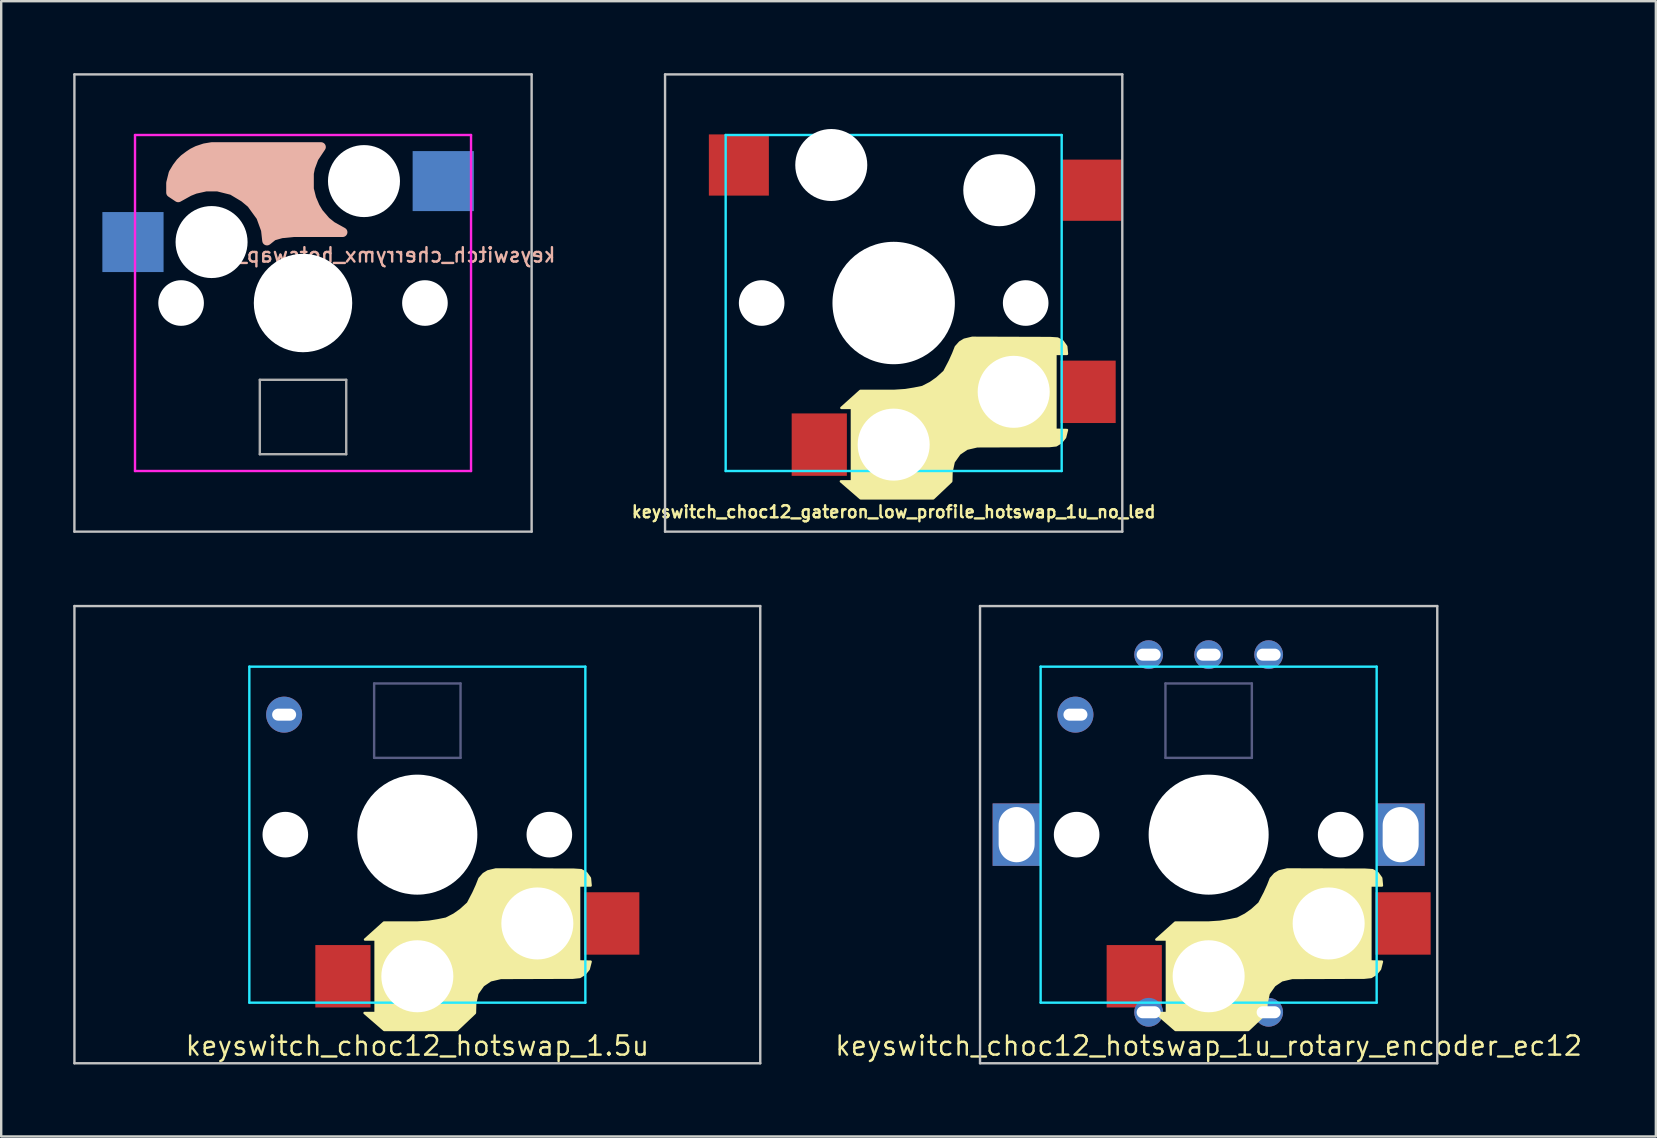
<source format=kicad_pcb>
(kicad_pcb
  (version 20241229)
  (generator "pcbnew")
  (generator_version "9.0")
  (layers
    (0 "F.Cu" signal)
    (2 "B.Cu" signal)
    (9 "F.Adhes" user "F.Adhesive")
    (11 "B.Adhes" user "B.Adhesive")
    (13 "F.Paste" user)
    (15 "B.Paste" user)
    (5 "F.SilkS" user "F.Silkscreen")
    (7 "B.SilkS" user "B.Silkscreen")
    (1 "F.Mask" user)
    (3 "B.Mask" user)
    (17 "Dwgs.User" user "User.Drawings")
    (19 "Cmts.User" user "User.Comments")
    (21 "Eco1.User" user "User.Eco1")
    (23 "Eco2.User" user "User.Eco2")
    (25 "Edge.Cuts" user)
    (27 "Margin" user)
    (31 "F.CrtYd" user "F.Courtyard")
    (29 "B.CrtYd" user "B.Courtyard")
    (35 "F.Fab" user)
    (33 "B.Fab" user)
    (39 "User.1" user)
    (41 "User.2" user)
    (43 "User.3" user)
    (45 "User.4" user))
  (footprint "keyswitch_choc12_hotswap_1u_rotary_encoder_ec12"
    (layer "F.Cu")
    (at 47.307 31.725)
    (property "Reference" "keyswitch_choc12_hotswap_1u_rotary_encoder_ec12" (at 0 8.8 0) (layer "F.SilkS") (effects (font (size 0.8 0.8) (thickness 0.1) (bold yes))))
    (attr smd)
    (fp_poly (pts (xy 1.8 3.14) (xy 2.11 2.86) (xy 2.34 2.42) (xy 2.48 2.11) (xy 2.59 1.83) (xy 2.76 1.64) (xy 2.94 1.53) (xy 3.27 1.45) (xy 6.52 1.46) (xy 6.83 1.48) (xy 7.04 1.6) (xy 7.19 1.81) (xy 7.22 2.12) (xy 6.74 2.12) (xy 6.74 5.28) (xy 7.22 5.29) (xy 7.14 5.6) (xy 6.98 5.8) (xy 6.77 5.93) (xy 6.48 5.96) (xy 3.48 5.97) (xy 3.05 6.07) (xy 2.74 6.28) (xy 2.5 6.62) (xy 2.41 7.04) (xy 2.4 7.43) (xy 1.65 8.14) (xy -1.38 8.14) (xy -2.2 7.43) (xy -1.74 7.43) (xy -1.74 4.37) (xy -2.18 4.37) (xy -1.39 3.66) (xy 0.02 3.66) (xy 0.48 3.63) (xy 0.85 3.57) (xy 1.2 3.5) (xy 1.53 3.33)) (stroke (width 0.1) (type solid)) (fill yes) (layer "F.SilkS"))
    (fp_line (start -9.525 -9.525) (end -9.525 9.525) (stroke (width 0.1) (type solid)) (layer "Dwgs.User"))
    (fp_line (start -9.525 9.525) (end 9.525 9.525) (stroke (width 0.1) (type solid)) (layer "Dwgs.User"))
    (fp_line (start 9.525 -9.525) (end -9.525 -9.525) (stroke (width 0.1) (type solid)) (layer "Dwgs.User"))
    (fp_line (start 9.525 9.525) (end 9.525 -9.525) (stroke (width 0.1) (type solid)) (layer "Dwgs.User"))
    (fp_line (start -7 -7) (end -7 7) (stroke (width 0.1) (type solid)) (layer "B.CrtYd"))
    (fp_line (start -7 7) (end 7 7) (stroke (width 0.1) (type solid)) (layer "B.CrtYd"))
    (fp_line (start 7 -7) (end -7 -7) (stroke (width 0.1) (type solid)) (layer "B.CrtYd"))
    (fp_line (start 7 7) (end 7 -7) (stroke (width 0.1) (type solid)) (layer "B.CrtYd"))
    (fp_line (start -1.8 -6.3) (end 1.8 -6.3) (stroke (width 0.1) (type default)) (layer "B.Fab"))
    (fp_line (start -1.8 -3.2) (end -1.8 -6.3) (stroke (width 0.1) (type default)) (layer "B.Fab"))
    (fp_line (start -1.8 -3.2) (end 1.8 -3.2) (stroke (width 0.1) (type default)) (layer "B.Fab"))
    (fp_line (start 1.8 -3.2) (end 1.8 -6.3) (stroke (width 0.1) (type default)) (layer "B.Fab"))
    (pad "" thru_hole rect (at -8 0 90) (size 2.6 2) (drill oval 2.3 1.5) (layers "*.Cu" "*.Mask"))
    (pad "" thru_hole circle (at -5.55 -5) (size 1.5 1.5) (drill oval 1 0.5) (layers "*.Cu" "F.Mask"))
    (pad "" np_thru_hole circle (at -5.5 0 270) (size 1.9 1.9) (drill 1.9) (layers "*.Cu" "*.Mask"))
    (pad "" np_thru_hole circle (at 0 0 270) (size 5 5) (drill 5) (layers "*.Cu" "*.Mask"))
    (pad "" np_thru_hole circle (at 0 5.9 270) (size 3 3) (drill 3) (layers "*.Cu" "*.Mask"))
    (pad "" np_thru_hole circle (at 5 3.7 270) (size 3 3) (drill 3) (layers "*.Cu" "*.Mask"))
    (pad "" np_thru_hole circle (at 5.5 0 270) (size 1.9 1.9) (drill 1.9) (layers "*.Cu" "*.Mask"))
    (pad "" thru_hole rect (at 8 0 90) (size 2.6 2) (drill oval 2.3 1.5) (layers "*.Cu" "*.Mask"))
    (pad "A" thru_hole circle (at -2.5 -7.5 180) (size 1.2 1.2) (drill oval 1 0.5) (layers "*.Cu" "F.Mask"))
    (pad "B" thru_hole circle (at 2.5 -7.5 180) (size 1.2 1.2) (drill oval 1 0.5) (layers "*.Cu" "F.Mask"))
    (pad "C" thru_hole circle (at 0 -7.5 180) (size 1.2 1.2) (drill oval 1 0.5) (layers "*.Cu" "F.Mask"))
    (pad "S1" thru_hole circle (at 2.5 7.4 180) (size 1.2 1.2) (drill oval 1 0.5) (layers "*.Cu" "F.Mask"))
    (pad "S1" smd rect (at 8.1 3.7 180) (size 2.3 2.6) (layers "F.Cu" "F.Mask" "F.Paste"))
    (pad "S2" smd rect (at -3.1 5.9 180) (size 2.3 2.6) (layers "F.Cu" "F.Mask" "F.Paste"))
    (pad "S2" thru_hole circle (at -2.5 7.4 180) (size 1.2 1.2) (drill oval 1 0.5) (layers "*.Cu" "F.Mask")))
  (footprint "keyswitch_cherrymx_hotswap_1u"
    (layer "F.Cu")
    (at 9.575 9.575)
    (property "Reference" "keyswitch_cherrymx_hotswap_1u" (at 3.3 -2 0) (layer "B.SilkS") (effects (font (size 0.6 0.6) (thickness 0.1) (bold yes)) (justify mirror)))
    (attr smd)
    (fp_poly (pts (xy -3.6 -6.5) (xy -3.8 -6.5) (xy -4.1 -6.45) (xy -4.4 -6.35) (xy -4.6 -6.25) (xy -4.75 -6.15) (xy -4.95 -6) (xy -5.1 -5.85) (xy -5.25 -5.65) (xy -5.4 -5.4) (xy -5.5 -5) (xy -5.5 -4.6) (xy -5.35 -4.5) (xy -5.2 -4.4) (xy -4.75 -4.65) (xy -4.5 -4.75) (xy -4.05 -4.85) (xy -3.55 -4.85) (xy -2.95 -4.7) (xy -2.45 -4.4) (xy -2.15 -4.15) (xy -1.75 -3.6) (xy -1.55 -3.05) (xy -1.5 -2.6) (xy -1.25 -2.8) (xy -0.9 -2.9) (xy -0.4 -2.95) (xy 1.65 -2.95) (xy 1.2 -3.2) (xy 0.95 -3.4) (xy 0.65 -3.75) (xy 0.5 -4) (xy 0.35 -4.35) (xy 0.25 -4.75) (xy 0.25 -5.05) (xy 0.25 -5.4) (xy 0.3 -5.65) (xy 0.45 -6.05) (xy 0.75 -6.5)) (stroke (width 0.4) (type solid)) (fill yes) (layer "B.SilkS"))
    (fp_line (start -9.525 -9.525) (end 9.525 -9.525) (stroke (width 0.1) (type solid)) (layer "Dwgs.User"))
    (fp_line (start -9.525 9.525) (end -9.525 -9.525) (stroke (width 0.1) (type solid)) (layer "Dwgs.User"))
    (fp_line (start 9.525 -9.525) (end 9.525 9.525) (stroke (width 0.1) (type solid)) (layer "Dwgs.User"))
    (fp_line (start 9.525 9.525) (end -9.525 9.525) (stroke (width 0.1) (type solid)) (layer "Dwgs.User"))
    (fp_line (start -7 -7) (end -7 7) (stroke (width 0.1) (type default)) (layer "F.CrtYd"))
    (fp_line (start -7 -7) (end 7 -7) (stroke (width 0.1) (type default)) (layer "F.CrtYd"))
    (fp_line (start -7 7) (end 7 7) (stroke (width 0.1) (type default)) (layer "F.CrtYd"))
    (fp_line (start 7 7) (end 7 -7) (stroke (width 0.1) (type default)) (layer "F.CrtYd"))
    (fp_line (start -1.8 3.2) (end -1.8 6.3) (stroke (width 0.1) (type default)) (layer "F.Fab"))
    (fp_line (start -1.8 3.2) (end 1.8 3.2) (stroke (width 0.1) (type default)) (layer "F.Fab"))
    (fp_line (start -1.8 6.3) (end 1.8 6.3) (stroke (width 0.1) (type default)) (layer "F.Fab"))
    (fp_line (start 1.8 3.2) (end 1.8 6.3) (stroke (width 0.1) (type default)) (layer "F.Fab"))
    (pad "" np_thru_hole circle (at -5.08 0) (size 1.9 1.9) (drill 1.9) (layers "*.Cu" "*.Mask"))
    (pad "" np_thru_hole circle (at -3.81 -2.54) (size 3 3) (drill 3) (layers "*.Cu" "*.Mask"))
    (pad "" np_thru_hole circle (at 0 0 90) (size 4.1 4.1) (drill 4.1) (layers "*.Cu" "*.Mask"))
    (pad "" np_thru_hole circle (at 2.54 -5.08) (size 3 3) (drill 3) (layers "*.Cu" "*.Mask"))
    (pad "" np_thru_hole circle (at 5.08 0) (size 1.9 1.9) (drill 1.9) (layers "*.Cu" "*.Mask"))
    (pad "1" smd rect (at -7.085 -2.54 180) (size 2.55 2.5) (layers "B.Cu" "B.Mask" "B.Paste"))
    (pad "2" smd rect (at 5.842 -5.08 180) (size 2.55 2.5) (layers "B.Cu" "B.Mask" "B.Paste")))
  (footprint "keyswitch_choc12_hotswap_1.5u"
    (layer "F.Cu")
    (at 14.338 31.725)
    (property "Reference" "keyswitch_choc12_hotswap_1.5u" (at 0 8.8 0) (layer "F.SilkS") (effects (font (size 0.8 0.8) (thickness 0.1) (bold yes))))
    (attr smd)
    (fp_poly (pts (xy 1.8 3.14) (xy 2.11 2.86) (xy 2.34 2.42) (xy 2.48 2.11) (xy 2.59 1.83) (xy 2.76 1.64) (xy 2.94 1.53) (xy 3.27 1.45) (xy 6.52 1.46) (xy 6.83 1.48) (xy 7.04 1.6) (xy 7.19 1.81) (xy 7.22 2.12) (xy 6.74 2.12) (xy 6.74 5.28) (xy 7.22 5.29) (xy 7.14 5.6) (xy 6.98 5.8) (xy 6.77 5.93) (xy 6.48 5.96) (xy 3.48 5.97) (xy 3.05 6.07) (xy 2.74 6.28) (xy 2.5 6.62) (xy 2.41 7.04) (xy 2.4 7.43) (xy 1.65 8.14) (xy -1.38 8.14) (xy -2.2 7.43) (xy -1.74 7.43) (xy -1.74 4.37) (xy -2.18 4.37) (xy -1.39 3.66) (xy 0.02 3.66) (xy 0.48 3.63) (xy 0.85 3.57) (xy 1.2 3.5) (xy 1.53 3.33)) (stroke (width 0.1) (type solid)) (fill yes) (layer "F.SilkS"))
    (fp_line (start -14.287 -9.525) (end -14.287 9.525) (stroke (width 0.1) (type solid)) (layer "Dwgs.User"))
    (fp_line (start -14.287 9.525) (end 14.287 9.525) (stroke (width 0.1) (type solid)) (layer "Dwgs.User"))
    (fp_line (start 14.287 -9.525) (end -14.287 -9.525) (stroke (width 0.1) (type solid)) (layer "Dwgs.User"))
    (fp_line (start 14.287 9.525) (end 14.287 -9.525) (stroke (width 0.1) (type solid)) (layer "Dwgs.User"))
    (fp_line (start -7 -7) (end -7 7) (stroke (width 0.1) (type solid)) (layer "B.CrtYd"))
    (fp_line (start -7 7) (end 7 7) (stroke (width 0.1) (type solid)) (layer "B.CrtYd"))
    (fp_line (start 7 -7) (end -7 -7) (stroke (width 0.1) (type solid)) (layer "B.CrtYd"))
    (fp_line (start 7 7) (end 7 -7) (stroke (width 0.1) (type solid)) (layer "B.CrtYd"))
    (fp_line (start -1.8 -6.3) (end 1.8 -6.3) (stroke (width 0.1) (type default)) (layer "B.Fab"))
    (fp_line (start -1.8 -3.2) (end -1.8 -6.3) (stroke (width 0.1) (type default)) (layer "B.Fab"))
    (fp_line (start -1.8 -3.2) (end 1.8 -3.2) (stroke (width 0.1) (type default)) (layer "B.Fab"))
    (fp_line (start 1.8 -3.2) (end 1.8 -6.3) (stroke (width 0.1) (type default)) (layer "B.Fab"))
    (pad "" thru_hole circle (at -5.55 -5) (size 1.5 1.5) (drill oval 1 0.5) (layers "*.Cu" "F.Mask"))
    (pad "" np_thru_hole circle (at -5.5 0 270) (size 1.9 1.9) (drill 1.9) (layers "*.Cu" "*.Mask"))
    (pad "" np_thru_hole circle (at 0 0 270) (size 5 5) (drill 5) (layers "*.Cu" "*.Mask"))
    (pad "" np_thru_hole circle (at 0 5.9 270) (size 3 3) (drill 3) (layers "*.Cu" "*.Mask"))
    (pad "" np_thru_hole circle (at 5 3.7 270) (size 3 3) (drill 3) (layers "*.Cu" "*.Mask"))
    (pad "" np_thru_hole circle (at 5.5 0 270) (size 1.9 1.9) (drill 1.9) (layers "*.Cu" "*.Mask"))
    (pad "1" smd rect (at 8.1 3.7 180) (size 2.3 2.6) (layers "F.Cu" "F.Mask" "F.Paste"))
    (pad "2" smd rect (at -3.1 5.9 180) (size 2.3 2.6) (layers "F.Cu" "F.Mask" "F.Paste")))
  (footprint "keyswitch_choc12_gateron_low_profile_hotswap_1u_no_led"
    (layer "F.Cu")
    (at 34.184 9.575)
    (property "Reference" "keyswitch_choc12_gateron_low_profile_hotswap_1u_no_led" (at 0 8.7 0) (layer "F.SilkS") (effects (font (size 0.5 0.5) (thickness 0.1) (bold yes))))
    (attr smd)
    (fp_poly (pts (xy 1.8 3.14) (xy 2.11 2.86) (xy 2.34 2.42) (xy 2.48 2.11) (xy 2.59 1.83) (xy 2.76 1.64) (xy 2.94 1.53) (xy 3.27 1.45) (xy 6.52 1.46) (xy 6.83 1.48) (xy 7.04 1.6) (xy 7.19 1.81) (xy 7.22 2.12) (xy 6.74 2.12) (xy 6.74 5.28) (xy 7.22 5.29) (xy 7.14 5.6) (xy 6.98 5.8) (xy 6.77 5.93) (xy 6.48 5.96) (xy 3.48 5.97) (xy 3.05 6.07) (xy 2.74 6.28) (xy 2.5 6.62) (xy 2.41 7.04) (xy 2.4 7.43) (xy 1.65 8.14) (xy -1.38 8.14) (xy -2.2 7.43) (xy -1.74 7.43) (xy -1.74 4.37) (xy -2.18 4.37) (xy -1.39 3.66) (xy 0.02 3.66) (xy 0.48 3.63) (xy 0.85 3.57) (xy 1.2 3.5) (xy 1.53 3.33)) (stroke (width 0.1) (type solid)) (fill yes) (layer "F.SilkS"))
    (fp_line (start -9.525 -9.525) (end -9.525 9.525) (stroke (width 0.1) (type solid)) (layer "Dwgs.User"))
    (fp_line (start -9.525 9.525) (end 9.525 9.525) (stroke (width 0.1) (type solid)) (layer "Dwgs.User"))
    (fp_line (start 9.525 -9.525) (end -9.525 -9.525) (stroke (width 0.1) (type solid)) (layer "Dwgs.User"))
    (fp_line (start 9.525 9.525) (end 9.525 -9.525) (stroke (width 0.1) (type solid)) (layer "Dwgs.User"))
    (fp_line (start -7 -7) (end -7 7) (stroke (width 0.1) (type solid)) (layer "B.CrtYd"))
    (fp_line (start -7 7) (end 7 7) (stroke (width 0.1) (type solid)) (layer "B.CrtYd"))
    (fp_line (start 7 -7) (end -7 -7) (stroke (width 0.1) (type solid)) (layer "B.CrtYd"))
    (fp_line (start 7 7) (end 7 -7) (stroke (width 0.1) (type solid)) (layer "B.CrtYd"))
    (pad "" np_thru_hole circle (at -5.5 0 270) (size 1.9 1.9) (drill 1.9) (layers "*.Cu" "*.Mask"))
    (pad "" np_thru_hole circle (at -2.6 -5.75 90) (size 3 3) (drill 3) (layers "*.Cu" "*.Mask"))
    (pad "" np_thru_hole circle (at 0 0 270) (size 5.1 5.1) (drill 5.1) (layers "*.Cu" "*.Mask"))
    (pad "" np_thru_hole circle (at 0 5.9 270) (size 3 3) (drill 3) (layers "*.Cu" "*.Mask"))
    (pad "" np_thru_hole circle (at 4.4 -4.7 90) (size 3 3) (drill 3) (layers "*.Cu" "*.Mask"))
    (pad "" np_thru_hole circle (at 5 3.7 270) (size 3 3) (drill 3) (layers "*.Cu" "*.Mask"))
    (pad "" np_thru_hole circle (at 5.5 0 270) (size 1.9 1.9) (drill 1.9) (layers "*.Cu" "*.Mask"))
    (pad "1" smd rect (at -6.45 -5.75) (size 2.5 2.55) (layers "F.Cu" "F.Mask" "F.Paste"))
    (pad "1" smd rect (at 8.1 3.7 180) (size 2.3 2.6) (layers "F.Cu" "F.Mask" "F.Paste"))
    (pad "2" smd rect (at -3.1 5.9 180) (size 2.3 2.6) (layers "F.Cu" "F.Mask" "F.Paste"))
    (pad "2" smd rect (at 8.25 -4.7) (size 2.5 2.55) (layers "F.Cu" "F.Mask" "F.Paste")))
  (gr_rect
    (start -3 -3)
    (end 65.939 44.3)
    (stroke (width 0.1) (type default))
    (fill no)
    (layer "Edge.Cuts")))
</source>
